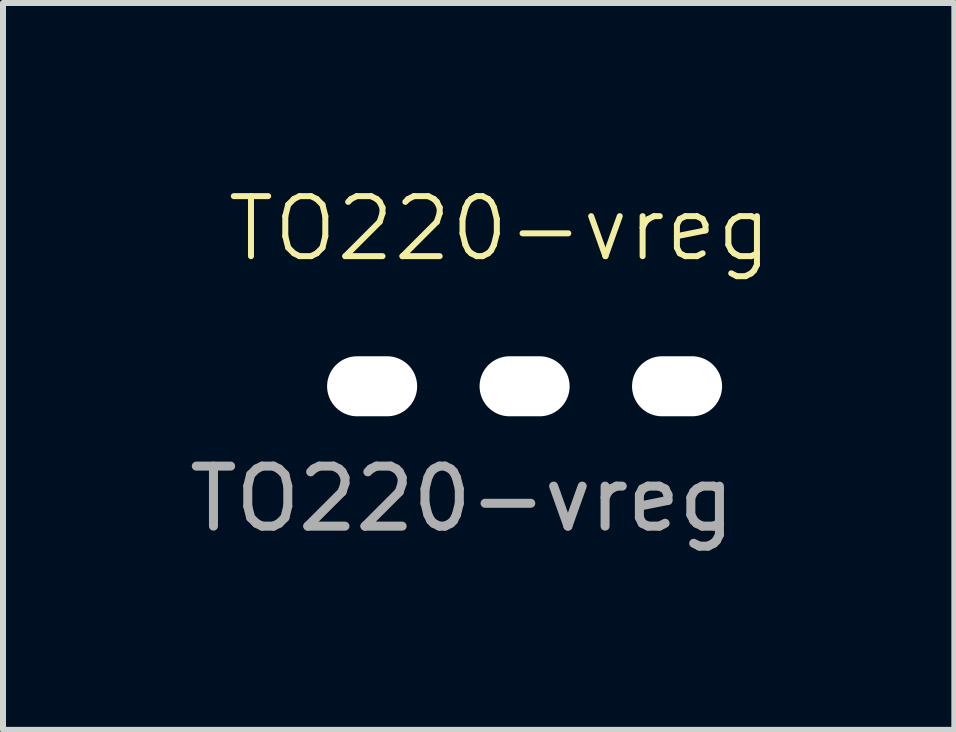
<source format=kicad_pcb>
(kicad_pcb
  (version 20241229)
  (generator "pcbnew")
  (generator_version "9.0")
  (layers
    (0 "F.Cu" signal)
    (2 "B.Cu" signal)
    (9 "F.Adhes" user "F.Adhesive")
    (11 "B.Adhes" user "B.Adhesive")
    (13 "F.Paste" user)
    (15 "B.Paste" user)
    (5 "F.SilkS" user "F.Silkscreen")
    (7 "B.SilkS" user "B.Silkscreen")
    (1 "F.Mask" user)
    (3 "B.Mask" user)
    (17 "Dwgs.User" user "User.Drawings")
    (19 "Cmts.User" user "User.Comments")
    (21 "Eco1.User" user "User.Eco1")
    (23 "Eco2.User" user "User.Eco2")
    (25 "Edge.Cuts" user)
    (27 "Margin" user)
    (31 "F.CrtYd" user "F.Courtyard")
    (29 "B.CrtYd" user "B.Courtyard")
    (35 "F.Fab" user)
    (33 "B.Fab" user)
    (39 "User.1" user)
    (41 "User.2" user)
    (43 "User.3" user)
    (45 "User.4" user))
  (footprint "TO220-vreg"
    (layer "F.Cu")
    (at 3.149 3.385)
    (property "Reference" "TO220-vreg" (at 2.125 -2.625 0) (unlocked yes) (layer "F.SilkS") (effects (font (size 1 1) (thickness 0.1))))
    (attr through_hole)
    (fp_text user "${REFERENCE}" (at 1.5 1.875 0) (unlocked yes) (layer "F.Fab") (effects (font (size 1 1) (thickness 0.15))))
    (pad "1" thru_hole rect (at 0 0) (size 2 1.5) (drill oval 1.5 1) (layers "*.Cu" "*.Mask") (remove_unused_layers yes) (zone_layer_connections))
    (pad "2" thru_hole rect (at 2.54 0) (size 2 1.5) (drill oval 1.5 1) (layers "*.Cu" "*.Mask") (remove_unused_layers yes) (zone_layer_connections))
    (pad "3" thru_hole rect (at 5.08 0) (size 2 1.5) (drill oval 1.5 1) (layers "*.Cu" "*.Mask") (remove_unused_layers yes) (zone_layer_connections)))
  (gr_rect
    (start -3 -3)
    (end 12.848 9.109)
    (stroke (width 0.1) (type default))
    (fill no)
    (layer "Edge.Cuts")))
</source>
